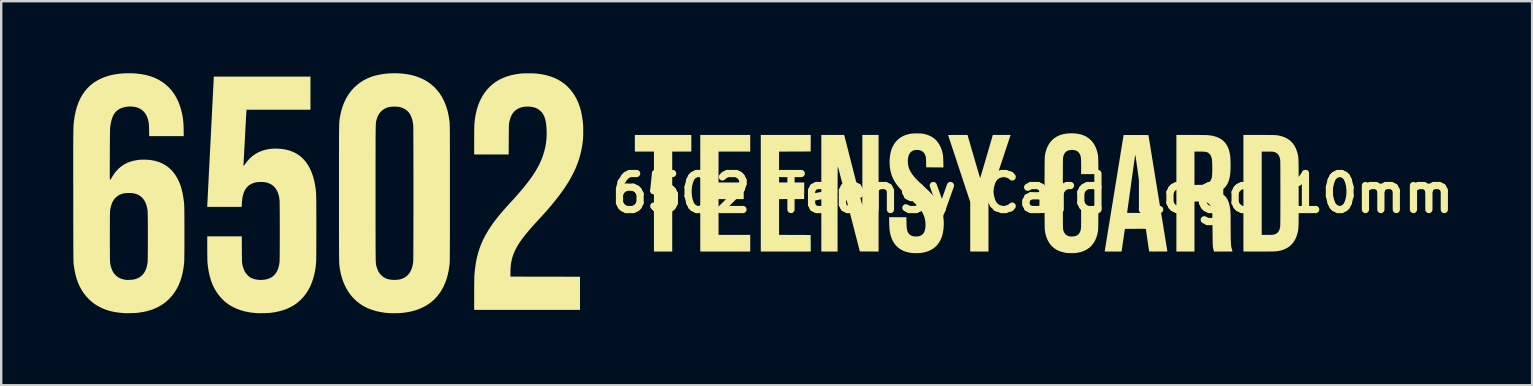
<source format=kicad_pcb>
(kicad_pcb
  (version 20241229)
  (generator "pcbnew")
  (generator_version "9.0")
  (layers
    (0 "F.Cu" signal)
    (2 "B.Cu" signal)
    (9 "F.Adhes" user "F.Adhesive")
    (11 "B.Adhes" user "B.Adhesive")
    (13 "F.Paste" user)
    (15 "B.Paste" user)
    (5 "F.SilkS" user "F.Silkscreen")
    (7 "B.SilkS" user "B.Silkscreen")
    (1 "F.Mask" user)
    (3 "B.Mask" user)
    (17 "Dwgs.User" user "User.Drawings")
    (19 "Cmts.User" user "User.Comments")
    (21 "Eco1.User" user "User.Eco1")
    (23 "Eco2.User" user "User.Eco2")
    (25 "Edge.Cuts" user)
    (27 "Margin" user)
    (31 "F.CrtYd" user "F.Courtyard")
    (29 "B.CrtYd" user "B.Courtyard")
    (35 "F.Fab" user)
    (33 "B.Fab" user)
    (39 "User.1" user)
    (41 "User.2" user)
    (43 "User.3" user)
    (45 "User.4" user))
  (footprint "6502 Teensy Card Logo 10mm"
    (layer "F.Cu")
    (at 39.969 4.999)
    (property "Reference" "6502 Teensy Card Logo 10mm" (at 0 0 0) (layer "F.SilkS") (effects (font (size 1.5 1.5) (thickness 0.3))))
    (attr board_only exclude_from_pos_files exclude_from_bom)
    (fp_poly (pts (xy -14.223 -2.081) (xy -14.223 -1.735) (xy -14.621 -1.735) (xy -15.018 -1.735) (xy -15.018 0.347) (xy -15.018 2.428) (xy -15.399 2.428) (xy -15.78 2.428) (xy -15.78 0.347) (xy -15.78 -1.735) (xy -16.177 -1.735) (xy -16.575 -1.735) (xy -16.575 -2.081) (xy -16.575 -2.428) (xy -15.399 -2.428) (xy -14.223 -2.428)) (stroke (width 0) (type solid)) (fill yes) (layer "F.SilkS"))
    (fp_poly (pts (xy -11.769 -2.081) (xy -11.769 -1.735) (xy -12.429 -1.735) (xy -13.089 -1.735) (xy -13.089 -1.091) (xy -13.089 -0.448) (xy -12.565 -0.448) (xy -12.04 -0.448) (xy -12.04 -0.102) (xy -12.04 0.245) (xy -12.565 0.245) (xy -13.089 0.245) (xy -13.089 0.99) (xy -13.089 1.735) (xy -12.429 1.735) (xy -11.769 1.735) (xy -11.769 2.081) (xy -11.769 2.428) (xy -12.81 2.428) (xy -13.851 2.428) (xy -13.851 0) (xy -13.851 -2.428) (xy -12.81 -2.428) (xy -11.769 -2.428)) (stroke (width 0) (type solid)) (fill yes) (layer "F.SilkS"))
    (fp_poly (pts (xy -9.25 -2.084) (xy -9.252 -1.739) (xy -9.91 -1.737) (xy -10.568 -1.734) (xy -10.568 -1.091) (xy -10.568 -0.448) (xy -10.043 -0.448) (xy -9.518 -0.448) (xy -9.521 -0.104) (xy -9.523 0.241) (xy -10.045 0.243) (xy -10.568 0.245) (xy -10.568 0.99) (xy -10.568 1.734) (xy -9.91 1.737) (xy -9.252 1.739) (xy -9.25 2.084) (xy -9.248 2.428) (xy -10.289 2.428) (xy -11.329 2.428) (xy -11.329 0) (xy -11.329 -2.428) (xy -10.289 -2.428) (xy -9.248 -2.428)) (stroke (width 0) (type solid)) (fill yes) (layer "F.SilkS"))
    (fp_poly (pts (xy -2.462 -1.544) (xy -2.427 -1.425) (xy -2.394 -1.311) (xy -2.362 -1.202) (xy -2.332 -1.1) (xy -2.305 -1.006) (xy -2.279 -0.92) (xy -2.257 -0.845) (xy -2.238 -0.78) (xy -2.222 -0.727) (xy -2.21 -0.686) (xy -2.202 -0.66) (xy -2.198 -0.649) (xy -2.198 -0.649) (xy -2.19 -0.643) (xy -2.187 -0.644) (xy -2.184 -0.653) (xy -2.177 -0.677) (xy -2.166 -0.715) (xy -2.15 -0.766) (xy -2.132 -0.829) (xy -2.11 -0.903) (xy -2.085 -0.987) (xy -2.057 -1.08) (xy -2.028 -1.181) (xy -1.996 -1.289) (xy -1.963 -1.402) (xy -1.928 -1.52) (xy -1.923 -1.539) (xy -1.664 -2.428) (xy -1.294 -2.428) (xy -0.924 -2.428) (xy -0.986 -2.24) (xy -0.996 -2.21) (xy -1.011 -2.165) (xy -1.031 -2.106) (xy -1.054 -2.034) (xy -1.082 -1.95) (xy -1.113 -1.856) (xy -1.148 -1.752) (xy -1.185 -1.639) (xy -1.224 -1.519) (xy -1.266 -1.393) (xy -1.31 -1.261) (xy -1.355 -1.125) (xy -1.401 -0.986) (xy -1.447 -0.847) (xy -1.845 0.357) (xy -1.845 1.393) (xy -1.845 2.428) (xy -2.225 2.428) (xy -2.606 2.428) (xy -2.606 1.395) (xy -2.606 0.363) (xy -3.064 -1.022) (xy -3.113 -1.17) (xy -3.161 -1.314) (xy -3.206 -1.453) (xy -3.25 -1.585) (xy -3.292 -1.711) (xy -3.331 -1.83) (xy -3.368 -1.94) (xy -3.401 -2.04) (xy -3.431 -2.131) (xy -3.457 -2.211) (xy -3.48 -2.279) (xy -3.498 -2.334) (xy -3.512 -2.376) (xy -3.521 -2.404) (xy -3.526 -2.417) (xy -3.526 -2.418) (xy -3.524 -2.42) (xy -3.514 -2.422) (xy -3.496 -2.424) (xy -3.468 -2.426) (xy -3.429 -2.427) (xy -3.379 -2.427) (xy -3.315 -2.428) (xy -3.236 -2.428) (xy -3.142 -2.428) (xy -3.125 -2.428) (xy -2.719 -2.428)) (stroke (width 0) (type solid)) (fill yes) (layer "F.SilkS"))
    (fp_poly (pts (xy -7.484 -0.973) (xy -7.445 -0.82) (xy -7.407 -0.671) (xy -7.37 -0.528) (xy -7.335 -0.39) (xy -7.301 -0.26) (xy -7.269 -0.137) (xy -7.24 -0.023) (xy -7.213 0.081) (xy -7.188 0.175) (xy -7.166 0.259) (xy -7.148 0.33) (xy -7.132 0.389) (xy -7.12 0.434) (xy -7.111 0.465) (xy -7.107 0.48) (xy -7.106 0.482) (xy -7.105 0.474) (xy -7.104 0.45) (xy -7.104 0.41) (xy -7.103 0.356) (xy -7.102 0.289) (xy -7.102 0.209) (xy -7.101 0.117) (xy -7.101 0.014) (xy -7.1 -0.098) (xy -7.1 -0.22) (xy -7.099 -0.35) (xy -7.099 -0.487) (xy -7.099 -0.631) (xy -7.099 -0.781) (xy -7.099 -0.936) (xy -7.099 -0.973) (xy -7.099 -2.428) (xy -6.76 -2.428) (xy -6.422 -2.428) (xy -6.422 0.000084) (xy -6.422 2.428) (xy -6.812 2.426) (xy -7.203 2.424) (xy -7.59 0.922) (xy -7.632 0.762) (xy -7.673 0.604) (xy -7.713 0.448) (xy -7.752 0.296) (xy -7.79 0.149) (xy -7.826 0.008) (xy -7.861 -0.127) (xy -7.894 -0.253) (xy -7.924 -0.371) (xy -7.952 -0.479) (xy -7.977 -0.576) (xy -7.999 -0.661) (xy -8.018 -0.733) (xy -8.033 -0.792) (xy -8.044 -0.835) (xy -8.047 -0.848) (xy -8.064 -0.913) (xy -8.08 -0.972) (xy -8.094 -1.023) (xy -8.107 -1.065) (xy -8.116 -1.096) (xy -8.122 -1.113) (xy -8.124 -1.117) (xy -8.125 -1.109) (xy -8.125 -1.084) (xy -8.126 -1.044) (xy -8.127 -0.99) (xy -8.127 -0.922) (xy -8.128 -0.84) (xy -8.128 -0.747) (xy -8.129 -0.642) (xy -8.129 -0.527) (xy -8.13 -0.401) (xy -8.13 -0.267) (xy -8.13 -0.124) (xy -8.131 0.026) (xy -8.131 0.184) (xy -8.131 0.347) (xy -8.131 0.515) (xy -8.131 0.656) (xy -8.131 2.428) (xy -8.469 2.428) (xy -8.808 2.428) (xy -8.808 0) (xy -8.808 -2.428) (xy -8.331 -2.428) (xy -7.855 -2.428)) (stroke (width 0) (type solid)) (fill yes) (layer "F.SilkS"))
    (fp_poly (pts (xy 9.419 -2.428) (xy 9.548 -2.428) (xy 9.661 -2.428) (xy 9.76 -2.427) (xy 9.846 -2.427) (xy 9.92 -2.426) (xy 9.984 -2.425) (xy 10.039 -2.423) (xy 10.087 -2.421) (xy 10.128 -2.418) (xy 10.164 -2.415) (xy 10.197 -2.411) (xy 10.228 -2.406) (xy 10.257 -2.4) (xy 10.287 -2.394) (xy 10.317 -2.387) (xy 10.443 -2.349) (xy 10.558 -2.299) (xy 10.661 -2.236) (xy 10.754 -2.161) (xy 10.834 -2.073) (xy 10.904 -1.973) (xy 10.961 -1.86) (xy 11.007 -1.735) (xy 11.029 -1.655) (xy 11.035 -1.63) (xy 11.041 -1.607) (xy 11.045 -1.585) (xy 11.05 -1.562) (xy 11.054 -1.538) (xy 11.057 -1.513) (xy 11.06 -1.484) (xy 11.063 -1.451) (xy 11.065 -1.415) (xy 11.067 -1.372) (xy 11.069 -1.324) (xy 11.071 -1.268) (xy 11.072 -1.205) (xy 11.073 -1.133) (xy 11.074 -1.051) (xy 11.074 -0.959) (xy 11.075 -0.856) (xy 11.075 -0.741) (xy 11.075 -0.612) (xy 11.075 -0.47) (xy 11.075 -0.314) (xy 11.075 -0.142) (xy 11.075 0) (xy 11.075 0.184) (xy 11.075 0.353) (xy 11.075 0.506) (xy 11.075 0.644) (xy 11.075 0.77) (xy 11.075 0.882) (xy 11.074 0.982) (xy 11.073 1.072) (xy 11.073 1.151) (xy 11.072 1.221) (xy 11.07 1.282) (xy 11.069 1.336) (xy 11.067 1.383) (xy 11.065 1.424) (xy 11.062 1.46) (xy 11.059 1.491) (xy 11.056 1.519) (xy 11.053 1.544) (xy 11.049 1.568) (xy 11.044 1.59) (xy 11.039 1.613) (xy 11.034 1.636) (xy 11.029 1.655) (xy 10.99 1.787) (xy 10.94 1.907) (xy 10.877 2.014) (xy 10.803 2.109) (xy 10.718 2.192) (xy 10.621 2.263) (xy 10.513 2.32) (xy 10.394 2.366) (xy 10.317 2.387) (xy 10.286 2.394) (xy 10.256 2.4) (xy 10.226 2.406) (xy 10.196 2.411) (xy 10.163 2.415) (xy 10.126 2.418) (xy 10.085 2.421) (xy 10.037 2.423) (xy 9.981 2.425) (xy 9.916 2.426) (xy 9.842 2.427) (xy 9.755 2.428) (xy 9.655 2.428) (xy 9.541 2.428) (xy 9.419 2.428) (xy 8.774 2.428) (xy 8.774 0) (xy 9.536 0) (xy 9.536 1.735) (xy 9.769 1.735) (xy 9.84 1.734) (xy 9.897 1.734) (xy 9.941 1.733) (xy 9.975 1.732) (xy 10.002 1.73) (xy 10.024 1.726) (xy 10.042 1.722) (xy 10.06 1.718) (xy 10.127 1.691) (xy 10.183 1.655) (xy 10.228 1.607) (xy 10.263 1.548) (xy 10.288 1.475) (xy 10.298 1.435) (xy 10.3 1.424) (xy 10.302 1.413) (xy 10.304 1.4) (xy 10.305 1.384) (xy 10.307 1.366) (xy 10.308 1.343) (xy 10.309 1.316) (xy 10.31 1.283) (xy 10.311 1.243) (xy 10.311 1.197) (xy 10.312 1.142) (xy 10.312 1.078) (xy 10.313 1.004) (xy 10.313 0.92) (xy 10.313 0.825) (xy 10.313 0.717) (xy 10.314 0.597) (xy 10.314 0.463) (xy 10.314 0.314) (xy 10.314 0.149) (xy 10.314 0) (xy 10.314 -0.178) (xy 10.314 -0.34) (xy 10.314 -0.486) (xy 10.314 -0.618) (xy 10.313 -0.736) (xy 10.313 -0.842) (xy 10.313 -0.935) (xy 10.313 -1.017) (xy 10.312 -1.089) (xy 10.312 -1.151) (xy 10.311 -1.205) (xy 10.31 -1.25) (xy 10.31 -1.289) (xy 10.309 -1.321) (xy 10.308 -1.347) (xy 10.306 -1.369) (xy 10.305 -1.387) (xy 10.303 -1.402) (xy 10.302 -1.415) (xy 10.3 -1.426) (xy 10.298 -1.435) (xy 10.276 -1.514) (xy 10.246 -1.58) (xy 10.206 -1.633) (xy 10.156 -1.675) (xy 10.094 -1.706) (xy 10.06 -1.718) (xy 10.041 -1.723) (xy 10.022 -1.727) (xy 10 -1.73) (xy 9.973 -1.732) (xy 9.938 -1.733) (xy 9.893 -1.734) (xy 9.836 -1.734) (xy 9.769 -1.735) (xy 9.536 -1.735) (xy 9.536 0) (xy 8.774 0) (xy 8.774 -2.428)) (stroke (width 0) (type solid)) (fill yes) (layer "F.SilkS"))
    (fp_poly (pts (xy -4.779 -2.492) (xy -4.708 -2.49) (xy -4.643 -2.487) (xy -4.588 -2.481) (xy -4.556 -2.476) (xy -4.431 -2.446) (xy -4.318 -2.405) (xy -4.216 -2.355) (xy -4.123 -2.294) (xy -4.039 -2.222) (xy -3.963 -2.135) (xy -3.896 -2.036) (xy -3.84 -1.927) (xy -3.795 -1.809) (xy -3.786 -1.781) (xy -3.77 -1.723) (xy -3.757 -1.669) (xy -3.747 -1.616) (xy -3.739 -1.561) (xy -3.733 -1.5) (xy -3.729 -1.431) (xy -3.727 -1.35) (xy -3.725 -1.301) (xy -3.721 -1.074) (xy -4.079 -1.077) (xy -4.438 -1.079) (xy -4.443 -1.278) (xy -4.445 -1.341) (xy -4.447 -1.4) (xy -4.45 -1.451) (xy -4.454 -1.491) (xy -4.457 -1.518) (xy -4.458 -1.523) (xy -4.484 -1.601) (xy -4.521 -1.667) (xy -4.569 -1.72) (xy -4.628 -1.761) (xy -4.697 -1.788) (xy -4.776 -1.802) (xy -4.864 -1.803) (xy -4.888 -1.801) (xy -4.963 -1.785) (xy -5.028 -1.756) (xy -5.083 -1.713) (xy -5.128 -1.658) (xy -5.163 -1.59) (xy -5.187 -1.509) (xy -5.201 -1.416) (xy -5.203 -1.341) (xy -5.2 -1.258) (xy -5.191 -1.178) (xy -5.174 -1.1) (xy -5.15 -1.024) (xy -5.117 -0.948) (xy -5.074 -0.871) (xy -5.022 -0.792) (xy -4.959 -0.71) (xy -4.885 -0.624) (xy -4.799 -0.533) (xy -4.7 -0.436) (xy -4.588 -0.331) (xy -4.527 -0.275) (xy -4.395 -0.154) (xy -4.278 -0.039) (xy -4.175 0.07) (xy -4.085 0.176) (xy -4.006 0.278) (xy -3.938 0.38) (xy -3.881 0.481) (xy -3.833 0.582) (xy -3.794 0.686) (xy -3.763 0.793) (xy -3.744 0.875) (xy -3.72 1.031) (xy -3.708 1.189) (xy -3.708 1.346) (xy -3.72 1.5) (xy -3.744 1.648) (xy -3.78 1.787) (xy -3.788 1.81) (xy -3.837 1.934) (xy -3.899 2.046) (xy -3.972 2.146) (xy -4.057 2.234) (xy -4.154 2.309) (xy -4.262 2.372) (xy -4.381 2.423) (xy -4.511 2.461) (xy -4.651 2.486) (xy -4.662 2.487) (xy -4.695 2.49) (xy -4.741 2.492) (xy -4.795 2.494) (xy -4.853 2.494) (xy -4.911 2.494) (xy -4.964 2.494) (xy -5.008 2.492) (xy -5.034 2.49) (xy -5.055 2.487) (xy -5.087 2.482) (xy -5.126 2.475) (xy -5.153 2.47) (xy -5.283 2.439) (xy -5.403 2.394) (xy -5.511 2.336) (xy -5.609 2.265) (xy -5.696 2.181) (xy -5.771 2.085) (xy -5.835 1.977) (xy -5.888 1.856) (xy -5.921 1.751) (xy -5.942 1.662) (xy -5.958 1.566) (xy -5.97 1.46) (xy -5.978 1.342) (xy -5.981 1.21) (xy -5.982 1.144) (xy -5.982 0.998) (xy -5.624 0.998) (xy -5.265 0.998) (xy -5.26 1.225) (xy -5.257 1.318) (xy -5.253 1.396) (xy -5.247 1.462) (xy -5.239 1.517) (xy -5.228 1.563) (xy -5.213 1.603) (xy -5.195 1.638) (xy -5.172 1.671) (xy -5.145 1.704) (xy -5.095 1.747) (xy -5.033 1.777) (xy -4.96 1.796) (xy -4.874 1.803) (xy -4.866 1.803) (xy -4.779 1.797) (xy -4.703 1.779) (xy -4.639 1.749) (xy -4.585 1.707) (xy -4.541 1.653) (xy -4.508 1.585) (xy -4.485 1.504) (xy -4.471 1.41) (xy -4.467 1.31) (xy -4.475 1.177) (xy -4.499 1.048) (xy -4.539 0.924) (xy -4.593 0.807) (xy -4.639 0.731) (xy -4.672 0.683) (xy -4.708 0.636) (xy -4.749 0.587) (xy -4.795 0.536) (xy -4.848 0.48) (xy -4.91 0.418) (xy -4.982 0.349) (xy -5.065 0.271) (xy -5.094 0.246) (xy -5.219 0.129) (xy -5.33 0.02) (xy -5.43 -0.082) (xy -5.518 -0.177) (xy -5.595 -0.268) (xy -5.663 -0.355) (xy -5.721 -0.439) (xy -5.772 -0.521) (xy -5.815 -0.604) (xy -5.852 -0.687) (xy -5.884 -0.771) (xy -5.887 -0.783) (xy -5.922 -0.909) (xy -5.947 -1.041) (xy -5.961 -1.179) (xy -5.964 -1.317) (xy -5.958 -1.455) (xy -5.942 -1.589) (xy -5.916 -1.717) (xy -5.88 -1.837) (xy -5.834 -1.945) (xy -5.832 -1.949) (xy -5.768 -2.061) (xy -5.693 -2.16) (xy -5.607 -2.246) (xy -5.511 -2.32) (xy -5.403 -2.381) (xy -5.283 -2.43) (xy -5.152 -2.466) (xy -5.102 -2.477) (xy -5.055 -2.483) (xy -4.995 -2.488) (xy -4.927 -2.491) (xy -4.854 -2.493)) (stroke (width 0) (type solid)) (fill yes) (layer "F.SilkS"))
    (fp_poly (pts (xy 4.223 -2.427) (xy 4.3 -2.426) (xy 4.818 -2.424) (xy 5.212 0) (xy 5.607 2.424) (xy 5.23 2.426) (xy 5.152 2.427) (xy 5.079 2.427) (xy 5.013 2.427) (xy 4.956 2.427) (xy 4.91 2.426) (xy 4.875 2.426) (xy 4.855 2.425) (xy 4.85 2.424) (xy 4.848 2.416) (xy 4.844 2.392) (xy 4.838 2.355) (xy 4.831 2.307) (xy 4.822 2.25) (xy 4.812 2.185) (xy 4.802 2.115) (xy 4.791 2.04) (xy 4.779 1.964) (xy 4.768 1.888) (xy 4.757 1.813) (xy 4.747 1.742) (xy 4.738 1.677) (xy 4.729 1.618) (xy 4.723 1.569) (xy 4.717 1.531) (xy 4.714 1.506) (xy 4.713 1.495) (xy 4.712 1.492) (xy 4.709 1.489) (xy 4.702 1.487) (xy 4.69 1.485) (xy 4.671 1.484) (xy 4.645 1.483) (xy 4.609 1.482) (xy 4.563 1.482) (xy 4.505 1.482) (xy 4.433 1.482) (xy 4.348 1.482) (xy 4.275 1.483) (xy 3.837 1.485) (xy 3.768 1.954) (xy 3.755 2.042) (xy 3.743 2.123) (xy 3.732 2.199) (xy 3.722 2.266) (xy 3.714 2.323) (xy 3.707 2.369) (xy 3.702 2.403) (xy 3.699 2.422) (xy 3.698 2.426) (xy 3.69 2.427) (xy 3.667 2.427) (xy 3.631 2.428) (xy 3.585 2.428) (xy 3.531 2.428) (xy 3.47 2.428) (xy 3.405 2.428) (xy 3.339 2.428) (xy 3.272 2.428) (xy 3.209 2.428) (xy 3.149 2.428) (xy 3.097 2.427) (xy 3.053 2.427) (xy 3.02 2.426) (xy 3 2.426) (xy 2.995 2.425) (xy 2.997 2.417) (xy 3 2.392) (xy 3.007 2.352) (xy 3.016 2.298) (xy 3.027 2.229) (xy 3.04 2.147) (xy 3.056 2.052) (xy 3.073 1.945) (xy 3.092 1.826) (xy 3.113 1.697) (xy 3.136 1.558) (xy 3.16 1.409) (xy 3.186 1.251) (xy 3.213 1.086) (xy 3.241 0.912) (xy 3.258 0.81) (xy 3.929 0.81) (xy 3.931 0.813) (xy 3.938 0.815) (xy 3.951 0.817) (xy 3.971 0.818) (xy 4 0.819) (xy 4.039 0.82) (xy 4.09 0.82) (xy 4.155 0.821) (xy 4.234 0.821) (xy 4.272 0.821) (xy 4.62 0.821) (xy 4.616 0.802) (xy 4.614 0.791) (xy 4.61 0.765) (xy 4.604 0.724) (xy 4.596 0.669) (xy 4.587 0.601) (xy 4.575 0.521) (xy 4.562 0.43) (xy 4.548 0.33) (xy 4.532 0.22) (xy 4.516 0.102) (xy 4.498 -0.023) (xy 4.48 -0.154) (xy 4.46 -0.29) (xy 4.445 -0.398) (xy 4.426 -0.537) (xy 4.407 -0.672) (xy 4.388 -0.801) (xy 4.371 -0.923) (xy 4.355 -1.038) (xy 4.339 -1.145) (xy 4.325 -1.242) (xy 4.313 -1.329) (xy 4.302 -1.405) (xy 4.293 -1.468) (xy 4.285 -1.519) (xy 4.28 -1.555) (xy 4.277 -1.576) (xy 4.276 -1.582) (xy 4.268 -1.58) (xy 4.266 -1.577) (xy 4.264 -1.568) (xy 4.259 -1.543) (xy 4.253 -1.503) (xy 4.245 -1.45) (xy 4.235 -1.383) (xy 4.224 -1.304) (xy 4.211 -1.215) (xy 4.197 -1.115) (xy 4.182 -1.006) (xy 4.165 -0.889) (xy 4.148 -0.764) (xy 4.13 -0.634) (xy 4.111 -0.498) (xy 4.096 -0.389) (xy 4.077 -0.25) (xy 4.058 -0.115) (xy 4.04 0.015) (xy 4.023 0.138) (xy 4.007 0.254) (xy 3.992 0.361) (xy 3.978 0.46) (xy 3.966 0.548) (xy 3.955 0.624) (xy 3.946 0.689) (xy 3.939 0.74) (xy 3.933 0.777) (xy 3.93 0.8) (xy 3.929 0.806) (xy 3.929 0.81) (xy 3.258 0.81) (xy 3.27 0.732) (xy 3.3 0.546) (xy 3.332 0.354) (xy 3.364 0.158) (xy 3.389 0.004) (xy 3.421 -0.196) (xy 3.453 -0.391) (xy 3.484 -0.582) (xy 3.514 -0.767) (xy 3.543 -0.945) (xy 3.571 -1.117) (xy 3.598 -1.281) (xy 3.623 -1.437) (xy 3.647 -1.584) (xy 3.669 -1.721) (xy 3.69 -1.848) (xy 3.708 -1.964) (xy 3.725 -2.069) (xy 3.74 -2.161) (xy 3.753 -2.24) (xy 3.764 -2.306) (xy 3.772 -2.358) (xy 3.778 -2.394) (xy 3.781 -2.416) (xy 3.782 -2.421) (xy 3.79 -2.422) (xy 3.814 -2.424) (xy 3.853 -2.425) (xy 3.905 -2.425) (xy 3.969 -2.426) (xy 4.044 -2.426) (xy 4.129 -2.427)) (stroke (width 0) (type solid)) (fill yes) (layer "F.SilkS"))
    (fp_poly (pts (xy 6.722 -2.428) (xy 6.834 -2.428) (xy 6.938 -2.427) (xy 7.031 -2.426) (xy 7.113 -2.425) (xy 7.184 -2.424) (xy 7.241 -2.423) (xy 7.283 -2.421) (xy 7.31 -2.42) (xy 7.312 -2.419) (xy 7.456 -2.399) (xy 7.587 -2.368) (xy 7.705 -2.326) (xy 7.811 -2.274) (xy 7.904 -2.21) (xy 7.985 -2.134) (xy 8.055 -2.046) (xy 8.113 -1.947) (xy 8.16 -1.835) (xy 8.195 -1.71) (xy 8.221 -1.572) (xy 8.224 -1.548) (xy 8.228 -1.501) (xy 8.232 -1.44) (xy 8.235 -1.368) (xy 8.237 -1.29) (xy 8.239 -1.208) (xy 8.239 -1.127) (xy 8.238 -1.048) (xy 8.236 -0.975) (xy 8.234 -0.92) (xy 8.223 -0.791) (xy 8.205 -0.676) (xy 8.181 -0.573) (xy 8.15 -0.479) (xy 8.11 -0.393) (xy 8.096 -0.366) (xy 8.05 -0.298) (xy 7.993 -0.232) (xy 7.929 -0.172) (xy 7.86 -0.12) (xy 7.792 -0.081) (xy 7.781 -0.076) (xy 7.754 -0.062) (xy 7.744 -0.051) (xy 7.749 -0.041) (xy 7.765 -0.033) (xy 7.853 0.008) (xy 7.931 0.055) (xy 7.998 0.109) (xy 8.055 0.173) (xy 8.104 0.247) (xy 8.144 0.333) (xy 8.177 0.431) (xy 8.204 0.542) (xy 8.224 0.669) (xy 8.228 0.696) (xy 8.231 0.723) (xy 8.233 0.754) (xy 8.235 0.79) (xy 8.237 0.833) (xy 8.239 0.885) (xy 8.24 0.946) (xy 8.24 1.018) (xy 8.241 1.103) (xy 8.241 1.202) (xy 8.241 1.296) (xy 8.242 1.462) (xy 8.243 1.612) (xy 8.244 1.745) (xy 8.246 1.863) (xy 8.249 1.965) (xy 8.253 2.052) (xy 8.257 2.125) (xy 8.262 2.183) (xy 8.267 2.227) (xy 8.27 2.244) (xy 8.291 2.326) (xy 8.318 2.404) (xy 8.321 2.414) (xy 8.322 2.417) (xy 8.32 2.42) (xy 8.314 2.422) (xy 8.302 2.424) (xy 8.283 2.426) (xy 8.256 2.427) (xy 8.219 2.427) (xy 8.171 2.428) (xy 8.11 2.428) (xy 8.035 2.428) (xy 7.945 2.428) (xy 7.939 2.428) (xy 7.551 2.428) (xy 7.539 2.388) (xy 7.531 2.361) (xy 7.525 2.336) (xy 7.519 2.314) (xy 7.513 2.292) (xy 7.509 2.27) (xy 7.505 2.246) (xy 7.502 2.219) (xy 7.5 2.187) (xy 7.497 2.15) (xy 7.496 2.106) (xy 7.494 2.053) (xy 7.493 1.992) (xy 7.492 1.919) (xy 7.491 1.835) (xy 7.49 1.737) (xy 7.489 1.625) (xy 7.488 1.506) (xy 7.487 1.374) (xy 7.485 1.257) (xy 7.484 1.155) (xy 7.483 1.066) (xy 7.482 0.99) (xy 7.48 0.924) (xy 7.478 0.868) (xy 7.476 0.821) (xy 7.473 0.78) (xy 7.47 0.747) (xy 7.467 0.718) (xy 7.463 0.693) (xy 7.458 0.67) (xy 7.453 0.649) (xy 7.447 0.628) (xy 7.442 0.612) (xy 7.414 0.541) (xy 7.378 0.484) (xy 7.332 0.438) (xy 7.275 0.402) (xy 7.257 0.393) (xy 7.219 0.378) (xy 7.178 0.366) (xy 7.131 0.358) (xy 7.076 0.352) (xy 7.01 0.348) (xy 6.93 0.347) (xy 6.908 0.347) (xy 6.735 0.347) (xy 6.735 1.388) (xy 6.735 2.428) (xy 6.358 2.428) (xy 5.982 2.428) (xy 5.982 0) (xy 5.982 -1.04) (xy 6.735 -1.04) (xy 6.735 -0.345) (xy 6.94 -0.349) (xy 7.007 -0.35) (xy 7.059 -0.352) (xy 7.099 -0.354) (xy 7.131 -0.356) (xy 7.156 -0.36) (xy 7.177 -0.364) (xy 7.196 -0.369) (xy 7.202 -0.371) (xy 7.275 -0.402) (xy 7.335 -0.443) (xy 7.385 -0.495) (xy 7.423 -0.56) (xy 7.452 -0.638) (xy 7.46 -0.669) (xy 7.465 -0.7) (xy 7.469 -0.744) (xy 7.472 -0.801) (xy 7.474 -0.866) (xy 7.476 -0.938) (xy 7.476 -1.014) (xy 7.476 -1.091) (xy 7.475 -1.166) (xy 7.474 -1.238) (xy 7.471 -1.303) (xy 7.468 -1.359) (xy 7.464 -1.403) (xy 7.46 -1.43) (xy 7.437 -1.512) (xy 7.405 -1.582) (xy 7.364 -1.638) (xy 7.315 -1.679) (xy 7.294 -1.692) (xy 7.268 -1.704) (xy 7.241 -1.714) (xy 7.212 -1.722) (xy 7.179 -1.727) (xy 7.137 -1.731) (xy 7.087 -1.733) (xy 7.024 -1.734) (xy 6.949 -1.735) (xy 6.735 -1.735) (xy 6.735 -1.04) (xy 5.982 -1.04) (xy 5.982 -2.428) (xy 6.603 -2.428)) (stroke (width 0) (type solid)) (fill yes) (layer "F.SilkS"))
    (fp_poly (pts (xy 1.756 -2.491) (xy 1.889 -2.474) (xy 2.011 -2.447) (xy 2.123 -2.408) (xy 2.208 -2.368) (xy 2.313 -2.302) (xy 2.407 -2.225) (xy 2.488 -2.136) (xy 2.559 -2.034) (xy 2.618 -1.92) (xy 2.665 -1.794) (xy 2.702 -1.655) (xy 2.713 -1.599) (xy 2.717 -1.575) (xy 2.72 -1.547) (xy 2.722 -1.514) (xy 2.725 -1.473) (xy 2.726 -1.424) (xy 2.728 -1.363) (xy 2.729 -1.29) (xy 2.73 -1.203) (xy 2.731 -1.157) (xy 2.734 -0.795) (xy 2.374 -0.795) (xy 2.014 -0.795) (xy 2.014 -1.116) (xy 2.014 -1.21) (xy 2.013 -1.29) (xy 2.012 -1.356) (xy 2.01 -1.41) (xy 2.006 -1.456) (xy 2.002 -1.494) (xy 1.996 -1.526) (xy 1.989 -1.555) (xy 1.98 -1.581) (xy 1.969 -1.608) (xy 1.965 -1.618) (xy 1.928 -1.68) (xy 1.881 -1.73) (xy 1.823 -1.766) (xy 1.753 -1.791) (xy 1.672 -1.802) (xy 1.633 -1.803) (xy 1.547 -1.797) (xy 1.473 -1.779) (xy 1.409 -1.748) (xy 1.357 -1.703) (xy 1.315 -1.646) (xy 1.284 -1.575) (xy 1.265 -1.508) (xy 1.264 -1.498) (xy 1.262 -1.486) (xy 1.261 -1.47) (xy 1.259 -1.45) (xy 1.258 -1.424) (xy 1.257 -1.393) (xy 1.256 -1.355) (xy 1.256 -1.309) (xy 1.255 -1.256) (xy 1.254 -1.194) (xy 1.254 -1.121) (xy 1.253 -1.039) (xy 1.253 -0.945) (xy 1.253 -0.84) (xy 1.253 -0.721) (xy 1.252 -0.59) (xy 1.252 -0.444) (xy 1.252 -0.283) (xy 1.252 -0.106) (xy 1.252 0.004) (xy 1.252 0.212) (xy 1.252 0.404) (xy 1.253 0.579) (xy 1.253 0.738) (xy 1.253 0.881) (xy 1.254 1.008) (xy 1.254 1.12) (xy 1.255 1.217) (xy 1.256 1.3) (xy 1.257 1.368) (xy 1.258 1.421) (xy 1.259 1.461) (xy 1.26 1.487) (xy 1.261 1.499) (xy 1.285 1.583) (xy 1.317 1.652) (xy 1.36 1.709) (xy 1.414 1.751) (xy 1.477 1.781) (xy 1.552 1.799) (xy 1.627 1.803) (xy 1.714 1.798) (xy 1.788 1.781) (xy 1.851 1.752) (xy 1.903 1.711) (xy 1.945 1.657) (xy 1.963 1.622) (xy 1.974 1.598) (xy 1.983 1.575) (xy 1.991 1.552) (xy 1.997 1.527) (xy 2.002 1.497) (xy 2.006 1.463) (xy 2.009 1.422) (xy 2.011 1.372) (xy 2.012 1.312) (xy 2.013 1.24) (xy 2.014 1.155) (xy 2.014 1.054) (xy 2.014 1.032) (xy 2.014 0.618) (xy 2.374 0.618) (xy 2.734 0.618) (xy 2.731 1.068) (xy 2.73 1.171) (xy 2.729 1.259) (xy 2.728 1.334) (xy 2.727 1.395) (xy 2.725 1.447) (xy 2.724 1.489) (xy 2.722 1.523) (xy 2.719 1.551) (xy 2.717 1.575) (xy 2.713 1.596) (xy 2.713 1.599) (xy 2.683 1.735) (xy 2.644 1.857) (xy 2.596 1.967) (xy 2.538 2.068) (xy 2.468 2.159) (xy 2.442 2.189) (xy 2.357 2.269) (xy 2.261 2.337) (xy 2.155 2.393) (xy 2.038 2.438) (xy 1.909 2.47) (xy 1.808 2.487) (xy 1.764 2.491) (xy 1.708 2.494) (xy 1.645 2.495) (xy 1.578 2.494) (xy 1.512 2.493) (xy 1.453 2.49) (xy 1.403 2.485) (xy 1.388 2.483) (xy 1.249 2.455) (xy 1.122 2.415) (xy 1.006 2.362) (xy 0.902 2.296) (xy 0.809 2.218) (xy 0.727 2.128) (xy 0.658 2.025) (xy 0.6 1.911) (xy 0.554 1.785) (xy 0.52 1.647) (xy 0.5 1.513) (xy 0.499 1.493) (xy 0.497 1.458) (xy 0.496 1.408) (xy 0.496 1.345) (xy 0.495 1.269) (xy 0.494 1.181) (xy 0.493 1.083) (xy 0.493 0.976) (xy 0.492 0.861) (xy 0.492 0.739) (xy 0.491 0.611) (xy 0.491 0.477) (xy 0.491 0.341) (xy 0.49 0.201) (xy 0.49 0.06) (xy 0.49 -0.081) (xy 0.49 -0.222) (xy 0.491 -0.362) (xy 0.491 -0.498) (xy 0.491 -0.63) (xy 0.492 -0.758) (xy 0.492 -0.879) (xy 0.493 -0.993) (xy 0.493 -1.099) (xy 0.494 -1.195) (xy 0.495 -1.281) (xy 0.496 -1.355) (xy 0.497 -1.417) (xy 0.498 -1.465) (xy 0.499 -1.497) (xy 0.5 -1.513) (xy 0.522 -1.658) (xy 0.557 -1.794) (xy 0.604 -1.918) (xy 0.663 -2.031) (xy 0.732 -2.133) (xy 0.813 -2.222) (xy 0.905 -2.299) (xy 1.007 -2.363) (xy 1.111 -2.412) (xy 1.22 -2.449) (xy 1.337 -2.475) (xy 1.463 -2.49) (xy 1.601 -2.496) (xy 1.612 -2.496)) (stroke (width 0) (type solid)) (fill yes) (layer "F.SilkS"))
    (fp_poly (pts (xy -20.912 -4.995) (xy -20.836 -4.993) (xy -20.768 -4.991) (xy -20.71 -4.988) (xy -20.67 -4.985) (xy -20.47 -4.958) (xy -20.283 -4.92) (xy -20.107 -4.87) (xy -19.943 -4.81) (xy -19.789 -4.738) (xy -19.645 -4.654) (xy -19.511 -4.558) (xy -19.49 -4.541) (xy -19.459 -4.515) (xy -19.42 -4.48) (xy -19.379 -4.441) (xy -19.34 -4.401) (xy -19.329 -4.39) (xy -19.214 -4.259) (xy -19.111 -4.116) (xy -19.02 -3.961) (xy -18.941 -3.794) (xy -18.874 -3.616) (xy -18.819 -3.426) (xy -18.776 -3.223) (xy -18.746 -3.009) (xy -18.733 -2.877) (xy -18.729 -2.805) (xy -18.726 -2.721) (xy -18.725 -2.63) (xy -18.725 -2.536) (xy -18.726 -2.443) (xy -18.729 -2.355) (xy -18.733 -2.276) (xy -18.737 -2.229) (xy -18.762 -2.023) (xy -18.797 -1.82) (xy -18.843 -1.619) (xy -18.9 -1.422) (xy -18.968 -1.225) (xy -19.048 -1.028) (xy -19.141 -0.832) (xy -19.246 -0.633) (xy -19.364 -0.432) (xy -19.496 -0.229) (xy -19.642 -0.021) (xy -19.802 0.192) (xy -19.977 0.411) (xy -20.036 0.482) (xy -20.102 0.56) (xy -20.167 0.636) (xy -20.232 0.711) (xy -20.3 0.787) (xy -20.372 0.868) (xy -20.451 0.955) (xy -20.54 1.051) (xy -20.586 1.101) (xy -20.728 1.256) (xy -20.857 1.4) (xy -20.975 1.536) (xy -21.082 1.663) (xy -21.179 1.783) (xy -21.266 1.897) (xy -21.343 2.005) (xy -21.412 2.108) (xy -21.473 2.208) (xy -21.526 2.305) (xy -21.573 2.401) (xy -21.614 2.495) (xy -21.649 2.589) (xy -21.679 2.684) (xy -21.698 2.754) (xy -21.719 2.845) (xy -21.735 2.936) (xy -21.746 3.029) (xy -21.753 3.131) (xy -21.756 3.244) (xy -21.756 3.274) (xy -21.758 3.473) (xy -20.309 3.475) (xy -18.86 3.478) (xy -18.86 4.167) (xy -18.86 4.857) (xy -21.064 4.857) (xy -23.268 4.857) (xy -23.268 4.21) (xy -23.268 4.103) (xy -23.267 3.998) (xy -23.267 3.897) (xy -23.266 3.801) (xy -23.265 3.712) (xy -23.264 3.632) (xy -23.263 3.562) (xy -23.262 3.505) (xy -23.26 3.461) (xy -23.259 3.434) (xy -23.238 3.188) (xy -23.207 2.955) (xy -23.166 2.733) (xy -23.113 2.52) (xy -23.05 2.314) (xy -22.974 2.113) (xy -22.885 1.916) (xy -22.783 1.72) (xy -22.666 1.524) (xy -22.535 1.327) (xy -22.426 1.176) (xy -22.359 1.088) (xy -22.292 1.001) (xy -22.222 0.915) (xy -22.148 0.826) (xy -22.069 0.734) (xy -21.983 0.636) (xy -21.887 0.531) (xy -21.782 0.416) (xy -21.758 0.389) (xy -21.59 0.205) (xy -21.435 0.031) (xy -21.292 -0.136) (xy -21.161 -0.294) (xy -21.042 -0.445) (xy -20.933 -0.591) (xy -20.834 -0.731) (xy -20.745 -0.867) (xy -20.665 -0.999) (xy -20.594 -1.128) (xy -20.53 -1.255) (xy -20.474 -1.381) (xy -20.425 -1.507) (xy -20.389 -1.612) (xy -20.339 -1.78) (xy -20.3 -1.944) (xy -20.273 -2.106) (xy -20.256 -2.272) (xy -20.249 -2.445) (xy -20.25 -2.589) (xy -20.257 -2.734) (xy -20.268 -2.864) (xy -20.286 -2.979) (xy -20.31 -3.083) (xy -20.339 -3.174) (xy -20.376 -3.255) (xy -20.419 -3.327) (xy -20.47 -3.391) (xy -20.479 -3.4) (xy -20.554 -3.468) (xy -20.637 -3.522) (xy -20.73 -3.563) (xy -20.833 -3.591) (xy -20.947 -3.607) (xy -20.984 -3.61) (xy -21.105 -3.61) (xy -21.219 -3.597) (xy -21.325 -3.571) (xy -21.422 -3.533) (xy -21.508 -3.483) (xy -21.546 -3.455) (xy -21.613 -3.391) (xy -21.67 -3.317) (xy -21.719 -3.232) (xy -21.759 -3.135) (xy -21.792 -3.023) (xy -21.806 -2.959) (xy -21.809 -2.942) (xy -21.812 -2.925) (xy -21.815 -2.906) (xy -21.817 -2.885) (xy -21.819 -2.86) (xy -21.82 -2.83) (xy -21.821 -2.794) (xy -21.823 -2.749) (xy -21.823 -2.695) (xy -21.824 -2.631) (xy -21.825 -2.556) (xy -21.826 -2.467) (xy -21.826 -2.364) (xy -21.827 -2.245) (xy -21.827 -2.244) (xy -21.831 -1.616) (xy -22.549 -1.616) (xy -23.268 -1.616) (xy -23.268 -2.19) (xy -23.268 -2.317) (xy -23.267 -2.429) (xy -23.267 -2.527) (xy -23.266 -2.614) (xy -23.265 -2.689) (xy -23.263 -2.756) (xy -23.261 -2.815) (xy -23.258 -2.869) (xy -23.255 -2.919) (xy -23.25 -2.966) (xy -23.246 -3.013) (xy -23.24 -3.06) (xy -23.234 -3.109) (xy -23.199 -3.313) (xy -23.152 -3.507) (xy -23.092 -3.691) (xy -23.02 -3.863) (xy -22.936 -4.025) (xy -22.841 -4.175) (xy -22.733 -4.314) (xy -22.615 -4.44) (xy -22.484 -4.555) (xy -22.354 -4.65) (xy -22.212 -4.734) (xy -22.059 -4.806) (xy -21.894 -4.868) (xy -21.717 -4.918) (xy -21.528 -4.957) (xy -21.326 -4.985) (xy -21.322 -4.985) (xy -21.276 -4.989) (xy -21.216 -4.992) (xy -21.147 -4.994) (xy -21.071 -4.995) (xy -20.991 -4.995)) (stroke (width 0) (type solid)) (fill yes) (layer "F.SilkS"))
    (fp_poly (pts (xy -30.087 -4.167) (xy -30.087 -3.477) (xy -31.419 -3.477) (xy -32.751 -3.477) (xy -32.756 -3.408) (xy -32.758 -3.39) (xy -32.759 -3.357) (xy -32.762 -3.31) (xy -32.766 -3.248) (xy -32.77 -3.175) (xy -32.774 -3.09) (xy -32.779 -2.994) (xy -32.785 -2.89) (xy -32.791 -2.778) (xy -32.798 -2.659) (xy -32.804 -2.534) (xy -32.811 -2.405) (xy -32.816 -2.31) (xy -32.823 -2.178) (xy -32.83 -2.05) (xy -32.836 -1.927) (xy -32.843 -1.81) (xy -32.849 -1.701) (xy -32.854 -1.599) (xy -32.859 -1.507) (xy -32.864 -1.425) (xy -32.868 -1.356) (xy -32.871 -1.298) (xy -32.873 -1.255) (xy -32.875 -1.227) (xy -32.876 -1.216) (xy -32.878 -1.183) (xy -32.878 -1.164) (xy -32.875 -1.154) (xy -32.869 -1.151) (xy -32.865 -1.151) (xy -32.853 -1.158) (xy -32.833 -1.18) (xy -32.809 -1.213) (xy -32.803 -1.221) (xy -32.709 -1.347) (xy -32.605 -1.459) (xy -32.491 -1.558) (xy -32.367 -1.644) (xy -32.235 -1.715) (xy -32.093 -1.772) (xy -31.943 -1.816) (xy -31.785 -1.844) (xy -31.62 -1.859) (xy -31.455 -1.858) (xy -31.283 -1.845) (xy -31.121 -1.819) (xy -30.97 -1.78) (xy -30.829 -1.729) (xy -30.697 -1.665) (xy -30.598 -1.605) (xy -30.482 -1.518) (xy -30.375 -1.416) (xy -30.277 -1.301) (xy -30.189 -1.173) (xy -30.11 -1.031) (xy -30.041 -0.877) (xy -29.982 -0.711) (xy -29.933 -0.533) (xy -29.895 -0.343) (xy -29.884 -0.273) (xy -29.879 -0.236) (xy -29.874 -0.202) (xy -29.869 -0.169) (xy -29.865 -0.136) (xy -29.862 -0.102) (xy -29.859 -0.067) (xy -29.856 -0.03) (xy -29.853 0.011) (xy -29.851 0.055) (xy -29.849 0.105) (xy -29.848 0.161) (xy -29.846 0.224) (xy -29.845 0.295) (xy -29.844 0.374) (xy -29.844 0.463) (xy -29.843 0.563) (xy -29.843 0.674) (xy -29.843 0.797) (xy -29.842 0.934) (xy -29.842 1.085) (xy -29.842 1.251) (xy -29.842 1.433) (xy -29.842 1.443) (xy -29.842 1.637) (xy -29.842 1.818) (xy -29.843 1.987) (xy -29.843 2.142) (xy -29.844 2.284) (xy -29.844 2.412) (xy -29.845 2.525) (xy -29.846 2.624) (xy -29.847 2.708) (xy -29.848 2.776) (xy -29.849 2.828) (xy -29.85 2.863) (xy -29.851 2.877) (xy -29.874 3.097) (xy -29.91 3.306) (xy -29.958 3.503) (xy -30.018 3.689) (xy -30.09 3.863) (xy -30.173 4.025) (xy -30.269 4.176) (xy -30.376 4.314) (xy -30.495 4.441) (xy -30.626 4.555) (xy -30.756 4.65) (xy -30.899 4.734) (xy -31.053 4.807) (xy -31.22 4.869) (xy -31.398 4.919) (xy -31.586 4.958) (xy -31.775 4.983) (xy -31.808 4.986) (xy -31.854 4.989) (xy -31.909 4.991) (xy -31.97 4.993) (xy -32.034 4.995) (xy -32.098 4.996) (xy -32.158 4.997) (xy -32.212 4.997) (xy -32.257 4.997) (xy -32.289 4.996) (xy -32.296 4.996) (xy -32.373 4.989) (xy -32.436 4.983) (xy -32.488 4.978) (xy -32.531 4.973) (xy -32.569 4.969) (xy -32.604 4.964) (xy -32.639 4.958) (xy -32.647 4.957) (xy -32.838 4.918) (xy -33.019 4.865) (xy -33.189 4.8) (xy -33.349 4.722) (xy -33.498 4.632) (xy -33.62 4.541) (xy -33.651 4.515) (xy -33.689 4.48) (xy -33.731 4.441) (xy -33.77 4.401) (xy -33.781 4.39) (xy -33.895 4.26) (xy -33.997 4.119) (xy -34.087 3.967) (xy -34.166 3.803) (xy -34.232 3.627) (xy -34.287 3.439) (xy -34.33 3.24) (xy -34.362 3.028) (xy -34.377 2.873) (xy -34.379 2.844) (xy -34.38 2.8) (xy -34.382 2.743) (xy -34.383 2.675) (xy -34.384 2.598) (xy -34.385 2.514) (xy -34.385 2.425) (xy -34.386 2.333) (xy -34.386 2.279) (xy -34.386 1.794) (xy -33.667 1.794) (xy -32.948 1.794) (xy -32.945 2.333) (xy -32.944 2.445) (xy -32.944 2.541) (xy -32.943 2.623) (xy -32.942 2.692) (xy -32.941 2.75) (xy -32.94 2.798) (xy -32.938 2.837) (xy -32.937 2.87) (xy -32.935 2.896) (xy -32.932 2.919) (xy -32.929 2.938) (xy -32.927 2.953) (xy -32.91 3.028) (xy -32.888 3.104) (xy -32.862 3.178) (xy -32.834 3.243) (xy -32.818 3.274) (xy -32.789 3.319) (xy -32.749 3.367) (xy -32.705 3.415) (xy -32.658 3.459) (xy -32.613 3.495) (xy -32.59 3.51) (xy -32.508 3.55) (xy -32.415 3.58) (xy -32.313 3.6) (xy -32.207 3.61) (xy -32.099 3.61) (xy -31.992 3.6) (xy -31.89 3.578) (xy -31.854 3.568) (xy -31.758 3.529) (xy -31.671 3.477) (xy -31.596 3.411) (xy -31.531 3.333) (xy -31.476 3.241) (xy -31.432 3.136) (xy -31.399 3.019) (xy -31.377 2.889) (xy -31.374 2.867) (xy -31.373 2.847) (xy -31.372 2.811) (xy -31.371 2.762) (xy -31.37 2.698) (xy -31.369 2.623) (xy -31.368 2.537) (xy -31.367 2.441) (xy -31.367 2.336) (xy -31.366 2.224) (xy -31.366 2.106) (xy -31.365 1.983) (xy -31.365 1.856) (xy -31.365 1.727) (xy -31.365 1.596) (xy -31.365 1.465) (xy -31.365 1.335) (xy -31.365 1.208) (xy -31.366 1.084) (xy -31.366 0.964) (xy -31.366 0.85) (xy -31.367 0.744) (xy -31.368 0.645) (xy -31.368 0.556) (xy -31.369 0.477) (xy -31.37 0.411) (xy -31.371 0.357) (xy -31.372 0.317) (xy -31.373 0.293) (xy -31.374 0.29) (xy -31.394 0.155) (xy -31.424 0.035) (xy -31.464 -0.073) (xy -31.516 -0.168) (xy -31.578 -0.249) (xy -31.65 -0.318) (xy -31.734 -0.375) (xy -31.828 -0.419) (xy -31.934 -0.451) (xy -31.949 -0.454) (xy -32.007 -0.463) (xy -32.077 -0.468) (xy -32.152 -0.47) (xy -32.229 -0.468) (xy -32.301 -0.463) (xy -32.364 -0.453) (xy -32.38 -0.45) (xy -32.485 -0.418) (xy -32.579 -0.374) (xy -32.662 -0.318) (xy -32.734 -0.248) (xy -32.796 -0.166) (xy -32.847 -0.071) (xy -32.887 0.037) (xy -32.917 0.159) (xy -32.936 0.293) (xy -32.945 0.421) (xy -32.95 0.567) (xy -33.668 0.567) (xy -34.386 0.567) (xy -34.386 0.535) (xy -34.385 0.524) (xy -34.384 0.497) (xy -34.382 0.454) (xy -34.379 0.397) (xy -34.375 0.325) (xy -34.371 0.239) (xy -34.366 0.14) (xy -34.361 0.029) (xy -34.355 -0.093) (xy -34.348 -0.227) (xy -34.34 -0.371) (xy -34.333 -0.525) (xy -34.324 -0.688) (xy -34.316 -0.86) (xy -34.307 -1.039) (xy -34.297 -1.226) (xy -34.287 -1.419) (xy -34.277 -1.617) (xy -34.267 -1.822) (xy -34.256 -2.03) (xy -34.25 -2.145) (xy -34.239 -2.355) (xy -34.229 -2.562) (xy -34.219 -2.764) (xy -34.209 -2.96) (xy -34.199 -3.15) (xy -34.19 -3.333) (xy -34.181 -3.509) (xy -34.172 -3.677) (xy -34.164 -3.836) (xy -34.157 -3.985) (xy -34.15 -4.125) (xy -34.143 -4.254) (xy -34.137 -4.371) (xy -34.132 -4.477) (xy -34.127 -4.569) (xy -34.123 -4.649) (xy -34.12 -4.714) (xy -34.118 -4.765) (xy -34.116 -4.801) (xy -34.115 -4.821) (xy -34.115 -4.825) (xy -34.115 -4.857) (xy -32.101 -4.857) (xy -30.087 -4.857)) (stroke (width 0) (type solid)) (fill yes) (layer "F.SilkS"))
    (fp_poly (pts (xy -26.396 -4.994) (xy -26.201 -4.977) (xy -26.011 -4.949) (xy -25.83 -4.91) (xy -25.698 -4.872) (xy -25.522 -4.808) (xy -25.358 -4.731) (xy -25.204 -4.641) (xy -25.062 -4.538) (xy -24.931 -4.423) (xy -24.812 -4.295) (xy -24.703 -4.156) (xy -24.607 -4.004) (xy -24.522 -3.84) (xy -24.449 -3.664) (xy -24.389 -3.477) (xy -24.376 -3.431) (xy -24.353 -3.335) (xy -24.331 -3.226) (xy -24.312 -3.11) (xy -24.296 -2.989) (xy -24.294 -2.978) (xy -24.293 -2.966) (xy -24.292 -2.952) (xy -24.29 -2.938) (xy -24.289 -2.921) (xy -24.288 -2.903) (xy -24.287 -2.881) (xy -24.286 -2.856) (xy -24.285 -2.827) (xy -24.285 -2.793) (xy -24.284 -2.754) (xy -24.283 -2.709) (xy -24.283 -2.658) (xy -24.282 -2.6) (xy -24.282 -2.535) (xy -24.281 -2.462) (xy -24.281 -2.381) (xy -24.28 -2.29) (xy -24.28 -2.19) (xy -24.28 -2.079) (xy -24.28 -1.958) (xy -24.279 -1.825) (xy -24.279 -1.681) (xy -24.279 -1.524) (xy -24.279 -1.355) (xy -24.279 -1.171) (xy -24.279 -0.974) (xy -24.279 -0.762) (xy -24.279 -0.535) (xy -24.279 -0.292) (xy -24.279 -0.033) (xy -24.279 0) (xy -24.279 0.261) (xy -24.279 0.506) (xy -24.279 0.735) (xy -24.279 0.949) (xy -24.279 1.148) (xy -24.279 1.333) (xy -24.279 1.504) (xy -24.279 1.662) (xy -24.279 1.808) (xy -24.28 1.942) (xy -24.28 2.065) (xy -24.28 2.176) (xy -24.28 2.278) (xy -24.281 2.37) (xy -24.281 2.452) (xy -24.282 2.527) (xy -24.282 2.593) (xy -24.283 2.651) (xy -24.283 2.703) (xy -24.284 2.749) (xy -24.285 2.788) (xy -24.285 2.823) (xy -24.286 2.853) (xy -24.287 2.878) (xy -24.288 2.9) (xy -24.289 2.919) (xy -24.29 2.936) (xy -24.291 2.951) (xy -24.293 2.964) (xy -24.294 2.977) (xy -24.294 2.978) (xy -24.324 3.184) (xy -24.364 3.377) (xy -24.413 3.557) (xy -24.473 3.726) (xy -24.543 3.885) (xy -24.625 4.034) (xy -24.717 4.175) (xy -24.786 4.264) (xy -24.899 4.392) (xy -25.025 4.508) (xy -25.162 4.612) (xy -25.311 4.704) (xy -25.47 4.784) (xy -25.64 4.851) (xy -25.82 4.906) (xy -26.009 4.949) (xy -26.209 4.979) (xy -26.417 4.995) (xy -26.634 4.999) (xy -26.783 4.995) (xy -26.973 4.979) (xy -27.159 4.951) (xy -27.339 4.912) (xy -27.512 4.862) (xy -27.674 4.801) (xy -27.752 4.766) (xy -27.907 4.684) (xy -28.051 4.588) (xy -28.186 4.48) (xy -28.31 4.358) (xy -28.423 4.225) (xy -28.524 4.08) (xy -28.615 3.924) (xy -28.693 3.758) (xy -28.759 3.582) (xy -28.812 3.396) (xy -28.847 3.232) (xy -28.852 3.207) (xy -28.856 3.184) (xy -28.86 3.162) (xy -28.864 3.142) (xy -28.867 3.122) (xy -28.871 3.102) (xy -28.874 3.082) (xy -28.877 3.06) (xy -28.879 3.037) (xy -28.882 3.012) (xy -28.884 2.983) (xy -28.886 2.952) (xy -28.888 2.916) (xy -28.889 2.876) (xy -28.891 2.83) (xy -28.892 2.779) (xy -28.893 2.722) (xy -28.894 2.658) (xy -28.895 2.586) (xy -28.896 2.507) (xy -28.897 2.419) (xy -28.897 2.322) (xy -28.898 2.216) (xy -28.898 2.099) (xy -28.898 1.971) (xy -28.898 1.833) (xy -28.899 1.682) (xy -28.899 1.519) (xy -28.899 1.343) (xy -28.899 1.153) (xy -28.899 0.949) (xy -28.899 0.731) (xy -28.899 0.497) (xy -28.899 0.247) (xy -28.899 0) (xy -28.899 -0.265) (xy -28.899 -0.513) (xy -28.899 -0.62) (xy -27.376 -0.62) (xy -27.376 -0.381) (xy -27.376 -0.126) (xy -27.376 0) (xy -27.376 0.263) (xy -27.376 0.509) (xy -27.376 0.739) (xy -27.376 0.955) (xy -27.376 1.155) (xy -27.376 1.341) (xy -27.375 1.514) (xy -27.375 1.674) (xy -27.375 1.821) (xy -27.375 1.956) (xy -27.375 2.08) (xy -27.374 2.193) (xy -27.374 2.296) (xy -27.373 2.389) (xy -27.373 2.472) (xy -27.372 2.548) (xy -27.371 2.615) (xy -27.37 2.674) (xy -27.369 2.727) (xy -27.368 2.773) (xy -27.367 2.813) (xy -27.366 2.848) (xy -27.364 2.879) (xy -27.362 2.905) (xy -27.36 2.927) (xy -27.358 2.946) (xy -27.356 2.963) (xy -27.354 2.978) (xy -27.351 2.991) (xy -27.349 3.004) (xy -27.346 3.016) (xy -27.343 3.028) (xy -27.339 3.041) (xy -27.338 3.048) (xy -27.302 3.16) (xy -27.256 3.261) (xy -27.198 3.35) (xy -27.129 3.427) (xy -27.05 3.49) (xy -26.962 3.541) (xy -26.864 3.577) (xy -26.855 3.579) (xy -26.774 3.596) (xy -26.683 3.606) (xy -26.587 3.61) (xy -26.492 3.606) (xy -26.403 3.596) (xy -26.36 3.588) (xy -26.291 3.568) (xy -26.219 3.538) (xy -26.15 3.502) (xy -26.09 3.462) (xy -26.077 3.451) (xy -26.006 3.381) (xy -25.945 3.298) (xy -25.894 3.201) (xy -25.854 3.092) (xy -25.825 2.969) (xy -25.806 2.835) (xy -25.805 2.819) (xy -25.805 2.787) (xy -25.804 2.74) (xy -25.803 2.678) (xy -25.803 2.602) (xy -25.802 2.514) (xy -25.802 2.413) (xy -25.801 2.3) (xy -25.801 2.177) (xy -25.8 2.044) (xy -25.8 1.902) (xy -25.8 1.751) (xy -25.799 1.593) (xy -25.799 1.428) (xy -25.799 1.256) (xy -25.799 1.08) (xy -25.798 0.899) (xy -25.798 0.715) (xy -25.798 0.527) (xy -25.798 0.338) (xy -25.798 0.147) (xy -25.798 -0.045) (xy -25.798 -0.236) (xy -25.798 -0.427) (xy -25.798 -0.616) (xy -25.798 -0.802) (xy -25.799 -0.985) (xy -25.799 -1.163) (xy -25.799 -1.337) (xy -25.799 -1.506) (xy -25.799 -1.668) (xy -25.8 -1.823) (xy -25.8 -1.969) (xy -25.801 -2.107) (xy -25.801 -2.236) (xy -25.801 -2.354) (xy -25.802 -2.462) (xy -25.802 -2.557) (xy -25.803 -2.64) (xy -25.804 -2.709) (xy -25.804 -2.764) (xy -25.805 -2.804) (xy -25.806 -2.829) (xy -25.806 -2.835) (xy -25.824 -2.964) (xy -25.852 -3.082) (xy -25.89 -3.189) (xy -25.936 -3.284) (xy -25.988 -3.361) (xy -26.051 -3.428) (xy -26.128 -3.488) (xy -26.214 -3.536) (xy -26.308 -3.574) (xy -26.365 -3.589) (xy -26.424 -3.599) (xy -26.494 -3.606) (xy -26.569 -3.609) (xy -26.646 -3.608) (xy -26.718 -3.604) (xy -26.78 -3.596) (xy -26.796 -3.593) (xy -26.904 -3.563) (xy -27.001 -3.519) (xy -27.087 -3.462) (xy -27.162 -3.393) (xy -27.226 -3.311) (xy -27.279 -3.217) (xy -27.32 -3.11) (xy -27.338 -3.048) (xy -27.341 -3.034) (xy -27.344 -3.022) (xy -27.347 -3.009) (xy -27.35 -2.997) (xy -27.353 -2.984) (xy -27.355 -2.97) (xy -27.357 -2.955) (xy -27.36 -2.937) (xy -27.361 -2.916) (xy -27.363 -2.891) (xy -27.365 -2.863) (xy -27.366 -2.831) (xy -27.368 -2.793) (xy -27.369 -2.749) (xy -27.37 -2.7) (xy -27.371 -2.644) (xy -27.372 -2.58) (xy -27.372 -2.509) (xy -27.373 -2.429) (xy -27.374 -2.341) (xy -27.374 -2.243) (xy -27.375 -2.135) (xy -27.375 -2.016) (xy -27.375 -1.886) (xy -27.375 -1.745) (xy -27.375 -1.591) (xy -27.376 -1.425) (xy -27.376 -1.245) (xy -27.376 -1.051) (xy -27.376 -0.843) (xy -27.376 -0.62) (xy -28.899 -0.62) (xy -28.899 -0.746) (xy -28.899 -0.964) (xy -28.899 -1.166) (xy -28.899 -1.355) (xy -28.899 -1.53) (xy -28.899 -1.693) (xy -28.898 -1.843) (xy -28.898 -1.981) (xy -28.898 -2.107) (xy -28.898 -2.223) (xy -28.897 -2.329) (xy -28.897 -2.425) (xy -28.896 -2.513) (xy -28.895 -2.591) (xy -28.894 -2.662) (xy -28.893 -2.726) (xy -28.892 -2.783) (xy -28.891 -2.833) (xy -28.889 -2.878) (xy -28.888 -2.918) (xy -28.886 -2.954) (xy -28.884 -2.985) (xy -28.882 -3.014) (xy -28.879 -3.039) (xy -28.876 -3.062) (xy -28.874 -3.083) (xy -28.871 -3.104) (xy -28.867 -3.124) (xy -28.864 -3.143) (xy -28.86 -3.164) (xy -28.856 -3.185) (xy -28.851 -3.208) (xy -28.847 -3.232) (xy -28.804 -3.428) (xy -28.748 -3.614) (xy -28.68 -3.79) (xy -28.599 -3.955) (xy -28.506 -4.11) (xy -28.401 -4.253) (xy -28.285 -4.384) (xy -28.157 -4.503) (xy -28.019 -4.61) (xy -27.87 -4.704) (xy -27.711 -4.785) (xy -27.543 -4.853) (xy -27.367 -4.906) (xy -27.182 -4.946) (xy -26.99 -4.976) (xy -26.793 -4.993) (xy -26.594 -4.999)) (stroke (width 0) (type solid)) (fill yes) (layer "F.SilkS"))
    (fp_poly (pts (xy -37.505 -4.996) (xy -37.303 -4.982) (xy -37.11 -4.957) (xy -36.918 -4.919) (xy -36.737 -4.867) (xy -36.567 -4.803) (xy -36.408 -4.725) (xy -36.259 -4.635) (xy -36.121 -4.531) (xy -35.993 -4.414) (xy -35.875 -4.284) (xy -35.862 -4.269) (xy -35.765 -4.136) (xy -35.678 -3.99) (xy -35.6 -3.833) (xy -35.533 -3.665) (xy -35.477 -3.488) (xy -35.433 -3.302) (xy -35.423 -3.249) (xy -35.409 -3.169) (xy -35.398 -3.095) (xy -35.389 -3.023) (xy -35.382 -2.951) (xy -35.377 -2.874) (xy -35.373 -2.79) (xy -35.37 -2.693) (xy -35.369 -2.642) (xy -35.365 -2.378) (xy -36.084 -2.378) (xy -36.804 -2.378) (xy -36.808 -2.621) (xy -36.81 -2.715) (xy -36.813 -2.793) (xy -36.816 -2.856) (xy -36.82 -2.905) (xy -36.825 -2.94) (xy -36.853 -3.065) (xy -36.89 -3.177) (xy -36.937 -3.274) (xy -36.994 -3.359) (xy -37.061 -3.432) (xy -37.139 -3.492) (xy -37.228 -3.541) (xy -37.241 -3.547) (xy -37.336 -3.58) (xy -37.439 -3.602) (xy -37.548 -3.612) (xy -37.66 -3.611) (xy -37.771 -3.599) (xy -37.877 -3.576) (xy -37.976 -3.542) (xy -38.025 -3.519) (xy -38.1 -3.474) (xy -38.166 -3.421) (xy -38.224 -3.359) (xy -38.275 -3.288) (xy -38.318 -3.205) (xy -38.355 -3.11) (xy -38.385 -3.002) (xy -38.41 -2.88) (xy -38.431 -2.743) (xy -38.431 -2.737) (xy -38.433 -2.715) (xy -38.434 -2.677) (xy -38.436 -2.621) (xy -38.437 -2.55) (xy -38.439 -2.463) (xy -38.44 -2.359) (xy -38.441 -2.241) (xy -38.442 -2.107) (xy -38.443 -1.957) (xy -38.444 -1.793) (xy -38.444 -1.614) (xy -38.444 -1.61) (xy -38.445 -1.455) (xy -38.445 -1.316) (xy -38.446 -1.192) (xy -38.446 -1.082) (xy -38.446 -0.986) (xy -38.446 -0.903) (xy -38.446 -0.831) (xy -38.446 -0.769) (xy -38.446 -0.718) (xy -38.445 -0.676) (xy -38.445 -0.642) (xy -38.444 -0.615) (xy -38.443 -0.595) (xy -38.441 -0.58) (xy -38.44 -0.57) (xy -38.438 -0.564) (xy -38.436 -0.56) (xy -38.434 -0.559) (xy -38.432 -0.558) (xy -38.432 -0.558) (xy -38.422 -0.563) (xy -38.409 -0.577) (xy -38.391 -0.604) (xy -38.368 -0.643) (xy -38.363 -0.653) (xy -38.279 -0.79) (xy -38.187 -0.912) (xy -38.085 -1.02) (xy -37.975 -1.114) (xy -37.855 -1.195) (xy -37.724 -1.263) (xy -37.584 -1.317) (xy -37.432 -1.358) (xy -37.269 -1.387) (xy -37.262 -1.388) (xy -37.208 -1.393) (xy -37.141 -1.397) (xy -37.066 -1.398) (xy -36.988 -1.398) (xy -36.91 -1.396) (xy -36.838 -1.392) (xy -36.775 -1.387) (xy -36.75 -1.384) (xy -36.586 -1.354) (xy -36.433 -1.311) (xy -36.289 -1.255) (xy -36.156 -1.185) (xy -36.033 -1.102) (xy -35.92 -1.005) (xy -35.816 -0.894) (xy -35.722 -0.769) (xy -35.637 -0.631) (xy -35.562 -0.478) (xy -35.528 -0.397) (xy -35.482 -0.268) (xy -35.442 -0.125) (xy -35.407 0.032) (xy -35.379 0.201) (xy -35.356 0.38) (xy -35.348 0.461) (xy -35.347 0.49) (xy -35.345 0.535) (xy -35.344 0.593) (xy -35.342 0.665) (xy -35.341 0.748) (xy -35.34 0.841) (xy -35.339 0.943) (xy -35.338 1.053) (xy -35.338 1.17) (xy -35.337 1.292) (xy -35.337 1.417) (xy -35.337 1.545) (xy -35.337 1.675) (xy -35.337 1.804) (xy -35.337 1.933) (xy -35.337 2.058) (xy -35.338 2.18) (xy -35.338 2.297) (xy -35.339 2.407) (xy -35.34 2.51) (xy -35.341 2.604) (xy -35.342 2.687) (xy -35.343 2.76) (xy -35.345 2.819) (xy -35.346 2.864) (xy -35.348 2.894) (xy -35.348 2.898) (xy -35.374 3.105) (xy -35.408 3.298) (xy -35.452 3.478) (xy -35.505 3.647) (xy -35.567 3.804) (xy -35.64 3.952) (xy -35.722 4.089) (xy -35.827 4.236) (xy -35.942 4.369) (xy -36.067 4.49) (xy -36.203 4.597) (xy -36.349 4.692) (xy -36.506 4.774) (xy -36.674 4.843) (xy -36.853 4.9) (xy -37.043 4.944) (xy -37.245 4.975) (xy -37.279 4.979) (xy -37.32 4.983) (xy -37.373 4.987) (xy -37.435 4.99) (xy -37.503 4.993) (xy -37.573 4.995) (xy -37.641 4.996) (xy -37.706 4.997) (xy -37.762 4.998) (xy -37.808 4.997) (xy -37.833 4.996) (xy -37.993 4.981) (xy -38.138 4.964) (xy -38.27 4.942) (xy -38.394 4.916) (xy -38.51 4.884) (xy -38.621 4.847) (xy -38.729 4.804) (xy -38.811 4.767) (xy -38.937 4.701) (xy -39.05 4.632) (xy -39.156 4.556) (xy -39.258 4.47) (xy -39.305 4.425) (xy -39.42 4.304) (xy -39.524 4.174) (xy -39.616 4.035) (xy -39.697 3.887) (xy -39.768 3.729) (xy -39.828 3.559) (xy -39.878 3.377) (xy -39.918 3.182) (xy -39.949 2.974) (xy -39.95 2.961) (xy -39.952 2.949) (xy -39.953 2.935) (xy -39.954 2.919) (xy -39.955 2.901) (xy -39.957 2.88) (xy -39.958 2.855) (xy -39.958 2.826) (xy -39.959 2.793) (xy -39.96 2.754) (xy -39.961 2.709) (xy -39.961 2.657) (xy -39.962 2.599) (xy -39.963 2.533) (xy -39.963 2.459) (xy -39.964 2.376) (xy -39.964 2.283) (xy -39.965 2.181) (xy -39.965 2.069) (xy -39.965 1.945) (xy -39.966 1.81) (xy -39.966 1.802) (xy -38.443 1.802) (xy -38.443 1.961) (xy -38.443 2.105) (xy -38.443 2.233) (xy -38.442 2.347) (xy -38.442 2.448) (xy -38.441 2.538) (xy -38.441 2.616) (xy -38.44 2.684) (xy -38.438 2.744) (xy -38.437 2.795) (xy -38.434 2.839) (xy -38.432 2.878) (xy -38.429 2.911) (xy -38.426 2.94) (xy -38.422 2.966) (xy -38.417 2.99) (xy -38.412 3.012) (xy -38.406 3.035) (xy -38.399 3.059) (xy -38.392 3.084) (xy -38.392 3.084) (xy -38.353 3.194) (xy -38.303 3.292) (xy -38.241 3.377) (xy -38.169 3.449) (xy -38.087 3.508) (xy -37.994 3.553) (xy -37.892 3.585) (xy -37.838 3.596) (xy -37.805 3.601) (xy -37.779 3.606) (xy -37.763 3.609) (xy -37.762 3.609) (xy -37.743 3.611) (xy -37.711 3.611) (xy -37.669 3.611) (xy -37.622 3.609) (xy -37.574 3.606) (xy -37.527 3.603) (xy -37.486 3.599) (xy -37.454 3.595) (xy -37.444 3.593) (xy -37.336 3.562) (xy -37.24 3.52) (xy -37.155 3.465) (xy -37.081 3.398) (xy -37.018 3.319) (xy -36.965 3.227) (xy -36.923 3.121) (xy -36.892 3.003) (xy -36.872 2.885) (xy -36.87 2.861) (xy -36.868 2.822) (xy -36.867 2.769) (xy -36.865 2.703) (xy -36.864 2.625) (xy -36.863 2.538) (xy -36.862 2.441) (xy -36.861 2.337) (xy -36.86 2.227) (xy -36.86 2.112) (xy -36.86 1.994) (xy -36.859 1.873) (xy -36.859 1.752) (xy -36.86 1.631) (xy -36.86 1.513) (xy -36.86 1.397) (xy -36.861 1.286) (xy -36.862 1.181) (xy -36.863 1.084) (xy -36.864 0.995) (xy -36.865 0.916) (xy -36.866 0.848) (xy -36.868 0.793) (xy -36.869 0.752) (xy -36.871 0.726) (xy -36.872 0.723) (xy -36.894 0.594) (xy -36.926 0.478) (xy -36.967 0.375) (xy -37.017 0.285) (xy -37.077 0.207) (xy -37.111 0.173) (xy -37.182 0.114) (xy -37.258 0.067) (xy -37.342 0.032) (xy -37.434 0.007) (xy -37.537 -0.007) (xy -37.652 -0.011) (xy -37.764 -0.007) (xy -37.864 0.006) (xy -37.953 0.029) (xy -38.034 0.062) (xy -38.103 0.102) (xy -38.18 0.16) (xy -38.247 0.23) (xy -38.303 0.31) (xy -38.35 0.402) (xy -38.388 0.508) (xy -38.417 0.626) (xy -38.428 0.687) (xy -38.43 0.703) (xy -38.432 0.719) (xy -38.434 0.737) (xy -38.435 0.759) (xy -38.437 0.784) (xy -38.438 0.814) (xy -38.439 0.85) (xy -38.44 0.893) (xy -38.441 0.944) (xy -38.441 1.003) (xy -38.442 1.072) (xy -38.442 1.152) (xy -38.442 1.244) (xy -38.442 1.348) (xy -38.443 1.466) (xy -38.443 1.599) (xy -38.443 1.747) (xy -38.443 1.802) (xy -39.966 1.802) (xy -39.966 1.663) (xy -39.966 1.503) (xy -39.966 1.33) (xy -39.967 1.143) (xy -39.967 0.941) (xy -39.967 0.724) (xy -39.968 0.492) (xy -39.968 0.244) (xy -39.968 0.144) (xy -39.968 -0.119) (xy -39.968 -0.365) (xy -39.969 -0.596) (xy -39.969 -0.811) (xy -39.969 -1.012) (xy -39.969 -1.199) (xy -39.969 -1.372) (xy -39.969 -1.533) (xy -39.969 -1.681) (xy -39.969 -1.818) (xy -39.968 -1.943) (xy -39.968 -2.058) (xy -39.967 -2.163) (xy -39.967 -2.259) (xy -39.966 -2.345) (xy -39.965 -2.424) (xy -39.965 -2.495) (xy -39.964 -2.559) (xy -39.962 -2.617) (xy -39.961 -2.668) (xy -39.96 -2.715) (xy -39.958 -2.756) (xy -39.957 -2.794) (xy -39.955 -2.828) (xy -39.953 -2.859) (xy -39.951 -2.888) (xy -39.949 -2.915) (xy -39.946 -2.94) (xy -39.944 -2.965) (xy -39.941 -2.99) (xy -39.94 -2.996) (xy -39.909 -3.212) (xy -39.866 -3.415) (xy -39.813 -3.606) (xy -39.748 -3.785) (xy -39.672 -3.952) (xy -39.585 -4.105) (xy -39.487 -4.247) (xy -39.378 -4.375) (xy -39.258 -4.491) (xy -39.234 -4.512) (xy -39.096 -4.616) (xy -38.948 -4.708) (xy -38.79 -4.787) (xy -38.62 -4.853) (xy -38.439 -4.907) (xy -38.308 -4.937) (xy -38.116 -4.969) (xy -37.916 -4.989) (xy -37.711 -4.998)) (stroke (width 0) (type solid)) (fill yes) (layer "F.SilkS")))
  (gr_rect
    (start -3 -3)
    (end 60.769 12.999)
    (stroke (width 0.1) (type default))
    (fill no)
    (layer "Edge.Cuts")))
</source>
